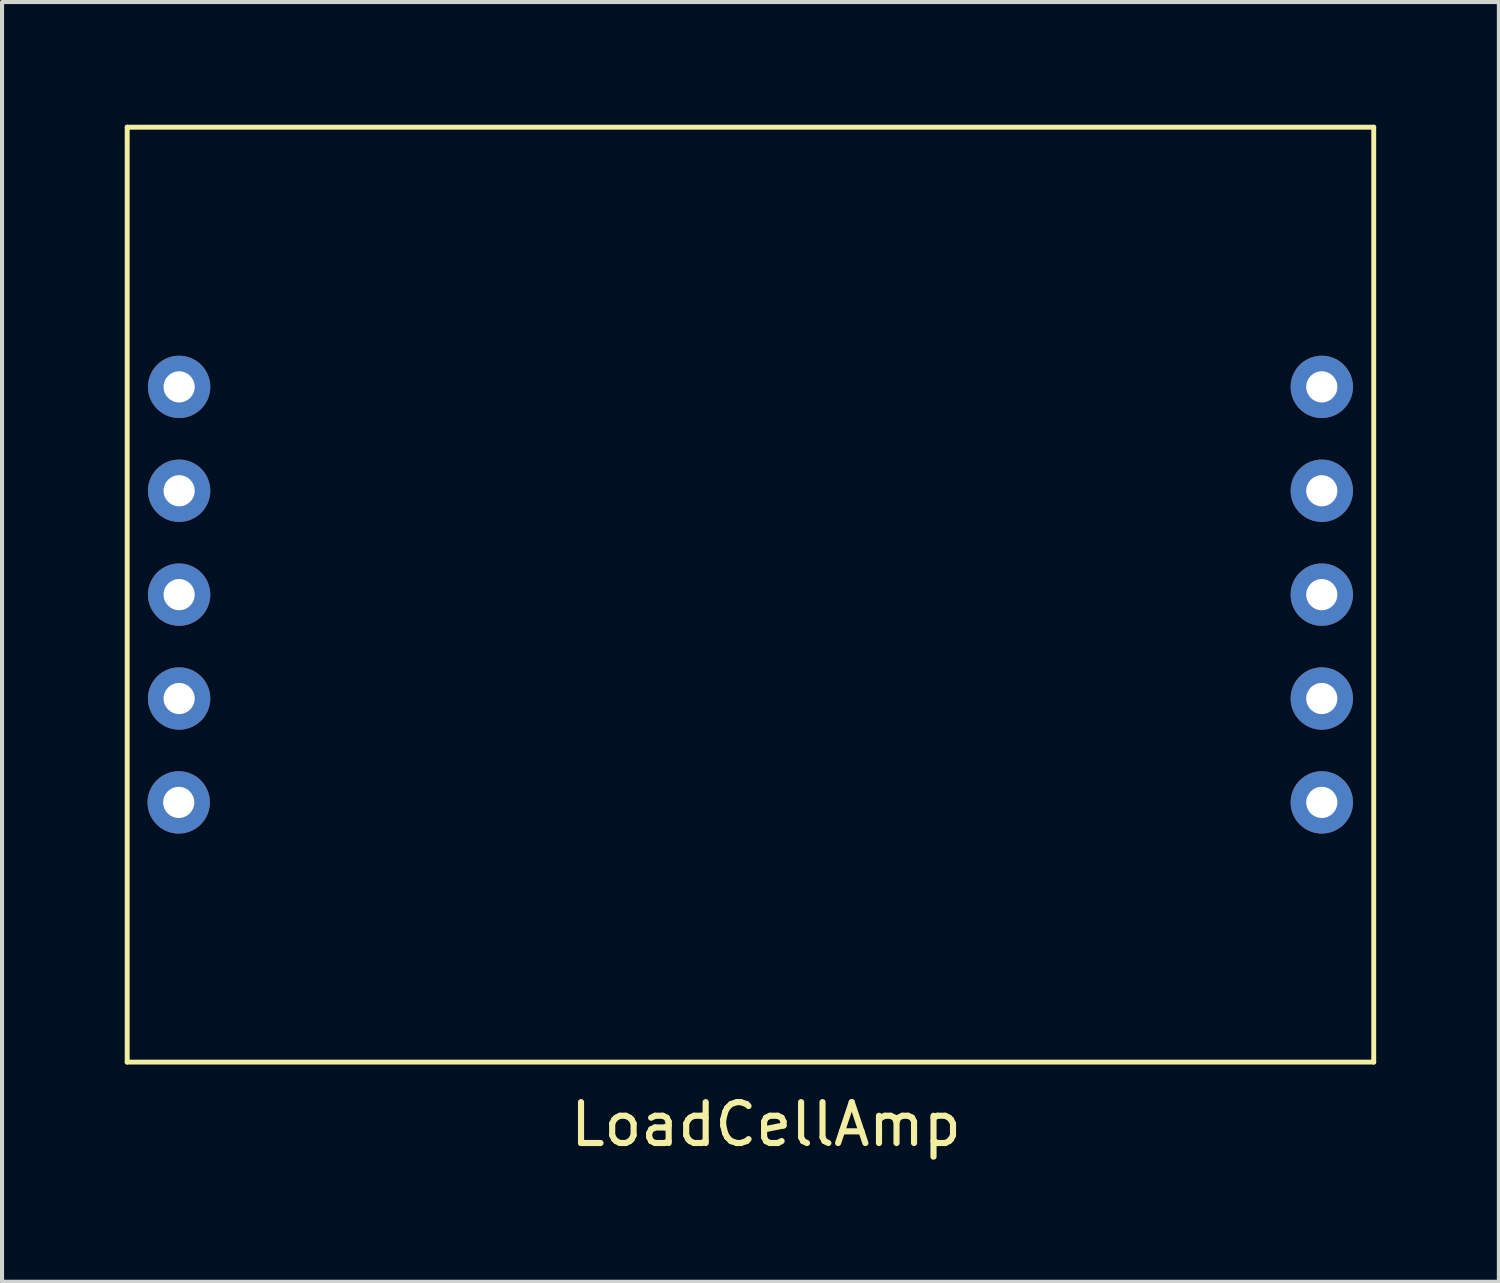
<source format=kicad_pcb>
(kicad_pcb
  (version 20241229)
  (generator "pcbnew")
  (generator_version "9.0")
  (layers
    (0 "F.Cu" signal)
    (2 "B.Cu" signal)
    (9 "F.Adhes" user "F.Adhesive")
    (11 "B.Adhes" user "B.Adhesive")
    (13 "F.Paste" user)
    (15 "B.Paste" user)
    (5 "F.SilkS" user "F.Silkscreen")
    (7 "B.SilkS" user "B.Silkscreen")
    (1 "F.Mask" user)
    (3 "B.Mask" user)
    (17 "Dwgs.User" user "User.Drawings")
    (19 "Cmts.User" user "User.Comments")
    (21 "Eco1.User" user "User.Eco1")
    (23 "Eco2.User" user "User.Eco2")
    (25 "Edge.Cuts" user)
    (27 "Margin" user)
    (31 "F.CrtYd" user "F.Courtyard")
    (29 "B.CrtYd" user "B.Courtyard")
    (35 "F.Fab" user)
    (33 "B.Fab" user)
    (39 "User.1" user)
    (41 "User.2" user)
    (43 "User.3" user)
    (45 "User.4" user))
  (footprint "LoadCellAmp"
    (layer "F.Cu")
    (at 15.3 11.49)
    (property "Reference" "LoadCellAmp" (at 0.381 12.954 0) (layer "F.SilkS") (effects (font (size 1 1) (thickness 0.15))))
    (attr through_hole)
    (fp_line (start -15.24 -11.43) (end -15.24 11.43) (stroke (width 0.12) (type solid)) (layer "F.SilkS"))
    (fp_line (start -15.24 -11.43) (end 15.24 -11.43) (stroke (width 0.12) (type solid)) (layer "F.SilkS"))
    (fp_line (start 15.24 -11.43) (end 15.24 11.43) (stroke (width 0.12) (type solid)) (layer "F.SilkS"))
    (fp_line (start 15.24 11.43) (end -15.24 11.43) (stroke (width 0.12) (type solid)) (layer "F.SilkS"))
    (pad "1" thru_hole circle (at -13.97 -5.08) (size 1.524 1.524) (drill 0.762) (layers "*.Cu" "*.Mask"))
    (pad "2" thru_hole circle (at -13.97 -2.54) (size 1.524 1.524) (drill 0.762) (layers "*.Cu" "*.Mask"))
    (pad "3" thru_hole circle (at -13.97 0) (size 1.524 1.524) (drill 0.762) (layers "*.Cu" "*.Mask"))
    (pad "4" thru_hole circle (at -13.97 2.54) (size 1.524 1.524) (drill 0.762) (layers "*.Cu" "*.Mask"))
    (pad "5" thru_hole circle (at -13.98 5.08) (size 1.524 1.524) (drill 0.762) (layers "*.Cu" "*.Mask"))
    (pad "6" thru_hole circle (at 13.97 5.08) (size 1.524 1.524) (drill 0.762) (layers "*.Cu" "*.Mask"))
    (pad "7" thru_hole circle (at 13.97 2.54) (size 1.524 1.524) (drill 0.762) (layers "*.Cu" "*.Mask"))
    (pad "8" thru_hole circle (at 13.97 0) (size 1.524 1.524) (drill 0.762) (layers "*.Cu" "*.Mask"))
    (pad "9" thru_hole circle (at 13.97 -2.54) (size 1.524 1.524) (drill 0.762) (layers "*.Cu" "*.Mask"))
    (pad "10" thru_hole circle (at 13.97 -5.08) (size 1.524 1.524) (drill 0.762) (layers "*.Cu" "*.Mask")))
  (gr_rect
    (start -3 -3)
    (end 33.6 28.292)
    (stroke (width 0.1) (type default))
    (fill no)
    (layer "Edge.Cuts")))
</source>
